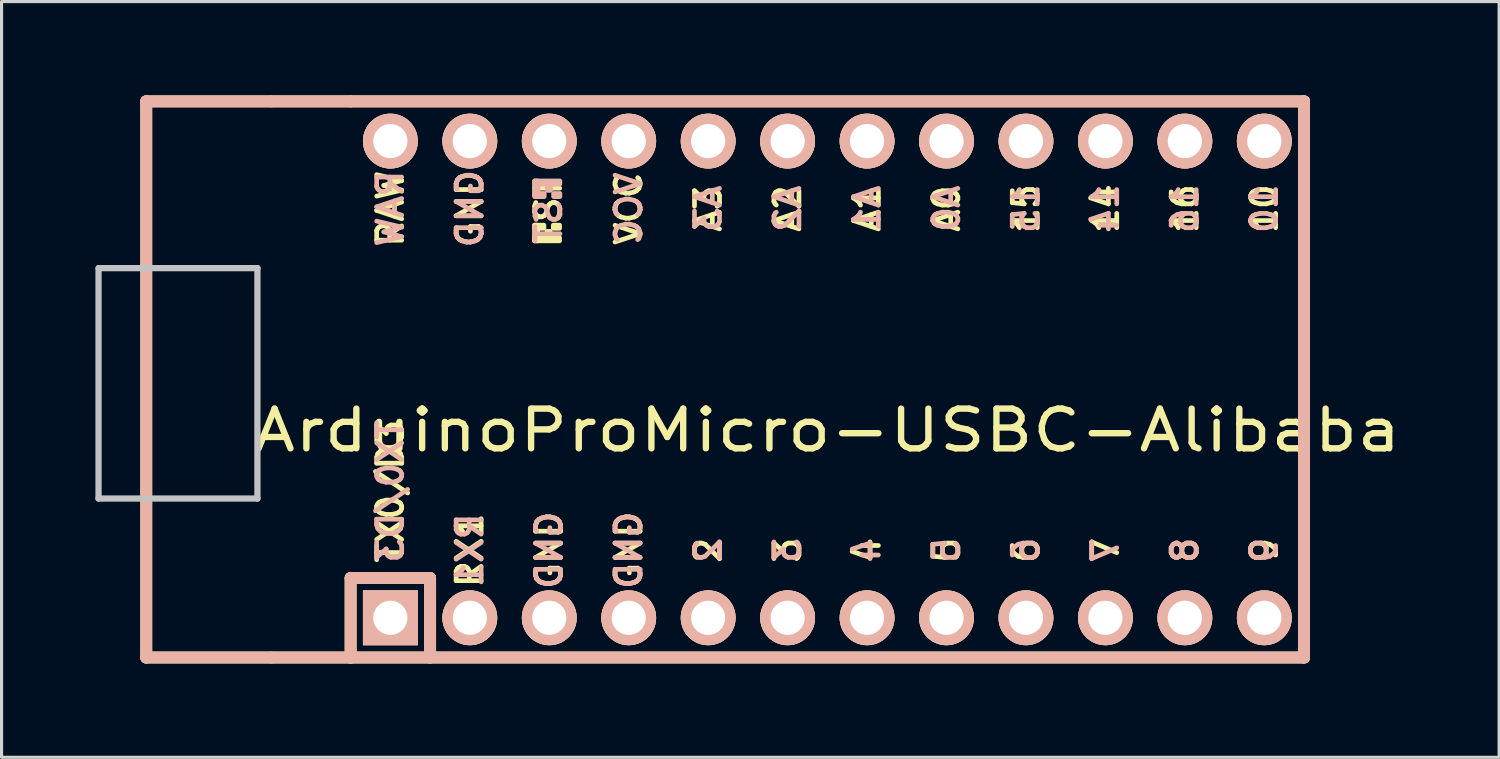
<source format=kicad_pcb>
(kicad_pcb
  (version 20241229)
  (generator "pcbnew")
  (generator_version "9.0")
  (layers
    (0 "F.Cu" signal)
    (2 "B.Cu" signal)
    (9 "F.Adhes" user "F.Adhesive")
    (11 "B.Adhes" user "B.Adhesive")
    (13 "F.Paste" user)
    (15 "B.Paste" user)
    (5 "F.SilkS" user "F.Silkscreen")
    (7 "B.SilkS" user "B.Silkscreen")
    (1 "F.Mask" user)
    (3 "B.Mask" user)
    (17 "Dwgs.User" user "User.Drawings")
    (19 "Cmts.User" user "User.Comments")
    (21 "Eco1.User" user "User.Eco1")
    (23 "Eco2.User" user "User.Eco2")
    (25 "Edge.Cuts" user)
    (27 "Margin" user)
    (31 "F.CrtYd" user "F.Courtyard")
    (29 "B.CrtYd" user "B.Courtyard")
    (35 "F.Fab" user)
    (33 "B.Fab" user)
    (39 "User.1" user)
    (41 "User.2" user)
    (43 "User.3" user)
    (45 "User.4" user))
  (footprint "ArduinoProMicro-USBC-Alibaba"
    (layer "F.Cu")
    (at 23.4 9.081)
    (property "Reference" "ArduinoProMicro-USBC-Alibaba" (at 0 1.625 0) (layer "F.SilkS") (effects (font (size 1.27 1.524) (thickness 0.203))))
    (attr through_hole)
    (fp_line (start -21.775 -8.89) (end -21.775 8.89) (stroke (width 0.381) (type solid)) (layer "F.SilkS"))
    (fp_line (start -21.775 -8.89) (end -15.24 -8.89) (stroke (width 0.381) (type solid)) (layer "F.SilkS"))
    (fp_line (start -15.24 6.35) (end -15.24 8.89) (stroke (width 0.381) (type solid)) (layer "F.SilkS"))
    (fp_line (start -15.24 6.35) (end -12.7 6.35) (stroke (width 0.381) (type solid)) (layer "F.SilkS"))
    (fp_line (start -15.24 8.89) (end -21.775 8.89) (stroke (width 0.381) (type solid)) (layer "F.SilkS"))
    (fp_line (start -15.24 8.89) (end 15.24 8.89) (stroke (width 0.381) (type solid)) (layer "F.SilkS"))
    (fp_line (start -12.7 6.35) (end -12.7 8.89) (stroke (width 0.381) (type solid)) (layer "F.SilkS"))
    (fp_line (start 15.24 -8.89) (end -15.24 -8.89) (stroke (width 0.381) (type solid)) (layer "F.SilkS"))
    (fp_line (start 15.24 8.89) (end 15.24 -8.89) (stroke (width 0.381) (type solid)) (layer "F.SilkS"))
    (fp_poly (pts (xy -9.361 -4.932) (xy -9.261 -4.932) (xy -9.261 -4.432) (xy -9.361 -4.432)) (stroke (width 0.15) (type solid)) (fill yes) (layer "F.SilkS"))
    (fp_poly (pts (xy -9.361 -4.932) (xy -9.061 -4.932) (xy -9.061 -4.832) (xy -9.361 -4.832)) (stroke (width 0.15) (type solid)) (fill yes) (layer "F.SilkS"))
    (fp_poly (pts (xy -9.361 -4.532) (xy -8.561 -4.532) (xy -8.561 -4.432) (xy -9.361 -4.432)) (stroke (width 0.15) (type solid)) (fill yes) (layer "F.SilkS"))
    (fp_poly (pts (xy -8.961 -4.732) (xy -8.861 -4.732) (xy -8.861 -4.632) (xy -8.961 -4.632)) (stroke (width 0.15) (type solid)) (fill yes) (layer "F.SilkS"))
    (fp_poly (pts (xy -8.761 -4.932) (xy -8.561 -4.932) (xy -8.561 -4.832) (xy -8.761 -4.832)) (stroke (width 0.15) (type solid)) (fill yes) (layer "F.SilkS"))
    (fp_line (start -21.775 -8.89) (end -21.775 8.89) (stroke (width 0.381) (type solid)) (layer "B.SilkS"))
    (fp_line (start -21.775 -8.89) (end -17.78 -8.89) (stroke (width 0.381) (type solid)) (layer "B.SilkS"))
    (fp_line (start -21.775 8.89) (end -17.78 8.89) (stroke (width 0.381) (type solid)) (layer "B.SilkS"))
    (fp_line (start -17.78 8.89) (end 15.24 8.89) (stroke (width 0.381) (type solid)) (layer "B.SilkS"))
    (fp_line (start -15.24 6.35) (end -15.24 8.89) (stroke (width 0.381) (type solid)) (layer "B.SilkS"))
    (fp_line (start -15.24 6.35) (end -12.7 6.35) (stroke (width 0.381) (type solid)) (layer "B.SilkS"))
    (fp_line (start -12.7 6.35) (end -12.7 8.89) (stroke (width 0.381) (type solid)) (layer "B.SilkS"))
    (fp_line (start 15.24 -8.89) (end -17.78 -8.89) (stroke (width 0.381) (type solid)) (layer "B.SilkS"))
    (fp_line (start 15.24 8.89) (end 15.24 -8.89) (stroke (width 0.381) (type solid)) (layer "B.SilkS"))
    (fp_poly (pts (xy -9.351 -6.245) (xy -8.551 -6.245) (xy -8.551 -6.345) (xy -9.351 -6.345)) (stroke (width 0.15) (type solid)) (fill yes) (layer "B.SilkS"))
    (fp_poly (pts (xy -9.351 -5.845) (xy -9.251 -5.845) (xy -9.251 -6.345) (xy -9.351 -6.345)) (stroke (width 0.15) (type solid)) (fill yes) (layer "B.SilkS"))
    (fp_poly (pts (xy -9.351 -5.845) (xy -9.051 -5.845) (xy -9.051 -5.945) (xy -9.351 -5.945)) (stroke (width 0.15) (type solid)) (fill yes) (layer "B.SilkS"))
    (fp_poly (pts (xy -8.951 -6.045) (xy -8.851 -6.045) (xy -8.851 -6.145) (xy -8.951 -6.145)) (stroke (width 0.15) (type solid)) (fill yes) (layer "B.SilkS"))
    (fp_poly (pts (xy -8.751 -5.845) (xy -8.551 -5.845) (xy -8.551 -5.945) (xy -8.751 -5.945)) (stroke (width 0.15) (type solid)) (fill yes) (layer "B.SilkS"))
    (fp_line (start -23.3 -3.558) (end -18.22 -3.558) (stroke (width 0.2) (type solid)) (layer "Dwgs.User"))
    (fp_line (start -23.3 3.808) (end -23.3 -3.558) (stroke (width 0.2) (type solid)) (layer "Dwgs.User"))
    (fp_line (start -18.22 -3.558) (end -18.22 3.808) (stroke (width 0.2) (type solid)) (layer "Dwgs.User"))
    (fp_line (start -18.22 3.808) (end -23.3 3.808) (stroke (width 0.2) (type solid)) (layer "Dwgs.User"))
    (fp_text user "ST" (at -8.92 -5.733 90) (layer "F.SilkS") (effects (font (size 0.8 0.8) (thickness 0.15))))
    (fp_text user "16" (at 11.43 -5.461 90) (layer "F.SilkS") (effects (font (size 0.8 0.8) (thickness 0.15))))
    (fp_text user "A2" (at -1.27 -5.461 90) (layer "F.SilkS") (effects (font (size 0.8 0.8) (thickness 0.15))))
    (fp_text user "7" (at 8.89 5.461 90) (layer "F.SilkS") (effects (font (size 0.8 0.8) (thickness 0.15))))
    (fp_text user "5" (at 3.81 5.461 90) (layer "F.SilkS") (effects (font (size 0.8 0.8) (thickness 0.15))))
    (fp_text user "GND" (at -11.43 -5.461 90) (layer "F.SilkS") (effects (font (size 0.8 0.8) (thickness 0.15))))
    (fp_text user "GND" (at -6.35 5.461 90) (layer "F.SilkS") (effects (font (size 0.8 0.8) (thickness 0.15))))
    (fp_text user "A1" (at 1.27 -5.461 90) (layer "F.SilkS") (effects (font (size 0.8 0.8) (thickness 0.15))))
    (fp_text user "2" (at -3.81 5.461 90) (layer "F.SilkS") (effects (font (size 0.8 0.8) (thickness 0.15))))
    (fp_text user "14" (at 8.89 -5.461 90) (layer "F.SilkS") (effects (font (size 0.8 0.8) (thickness 0.15))))
    (fp_text user "RAW" (at -13.97 -5.461 90) (layer "F.SilkS") (effects (font (size 0.8 0.8) (thickness 0.15))))
    (fp_text user "8" (at 11.43 5.461 90) (layer "F.SilkS") (effects (font (size 0.8 0.8) (thickness 0.15))))
    (fp_text user "10" (at 13.97 -5.461 90) (layer "F.SilkS") (effects (font (size 0.8 0.8) (thickness 0.15))))
    (fp_text user "15" (at 6.35 -5.461 90) (layer "F.SilkS") (effects (font (size 0.8 0.8) (thickness 0.15))))
    (fp_text user "A0" (at 3.81 -5.461 90) (layer "F.SilkS") (effects (font (size 0.8 0.8) (thickness 0.15))))
    (fp_text user "3" (at -1.27 5.461 90) (layer "F.SilkS") (effects (font (size 0.8 0.8) (thickness 0.15))))
    (fp_text user "A3" (at -3.81 -5.461 90) (layer "F.SilkS") (effects (font (size 0.8 0.8) (thickness 0.15))))
    (fp_text user "4" (at 1.27 5.461 90) (layer "F.SilkS") (effects (font (size 0.8 0.8) (thickness 0.15))))
    (fp_text user "TX0/D3" (at -13.97 3.572 90) (layer "F.SilkS") (effects (font (size 0.8 0.8) (thickness 0.15))))
    (fp_text user "GND" (at -8.89 5.461 90) (layer "F.SilkS") (effects (font (size 0.8 0.8) (thickness 0.15))))
    (fp_text user "6" (at 6.35 5.461 90) (layer "F.SilkS") (effects (font (size 0.8 0.8) (thickness 0.15))))
    (fp_text user "VCC" (at -6.35 -5.461 90) (layer "F.SilkS") (effects (font (size 0.8 0.8) (thickness 0.15))))
    (fp_text user "RX1" (at -11.43 5.461 90) (layer "F.SilkS") (effects (font (size 0.8 0.8) (thickness 0.15))))
    (fp_text user "9" (at 13.97 5.461 90) (layer "F.SilkS") (effects (font (size 0.8 0.8) (thickness 0.15))))
    (fp_text user "7" (at 8.89 5.461 90) (layer "B.SilkS") (effects (font (size 0.8 0.8) (thickness 0.15)) (justify mirror)))
    (fp_text user "RAW" (at -13.97 -5.461 90) (layer "B.SilkS") (effects (font (size 0.8 0.8) (thickness 0.15)) (justify mirror)))
    (fp_text user "A1" (at 1.27 -5.461 90) (layer "B.SilkS") (effects (font (size 0.8 0.8) (thickness 0.15)) (justify mirror)))
    (fp_text user "15" (at 6.35 -5.461 90) (layer "B.SilkS") (effects (font (size 0.8 0.8) (thickness 0.15)) (justify mirror)))
    (fp_text user "A0" (at 3.81 -5.461 90) (layer "B.SilkS") (effects (font (size 0.8 0.8) (thickness 0.15)) (justify mirror)))
    (fp_text user "5" (at 3.81 5.461 90) (layer "B.SilkS") (effects (font (size 0.8 0.8) (thickness 0.15)) (justify mirror)))
    (fp_text user "A3" (at -3.81 -5.461 90) (layer "B.SilkS") (effects (font (size 0.8 0.8) (thickness 0.15)) (justify mirror)))
    (fp_text user "2" (at -3.81 5.461 90) (layer "B.SilkS") (effects (font (size 0.8 0.8) (thickness 0.15)) (justify mirror)))
    (fp_text user "TX0/D3" (at -13.97 3.572 90) (layer "B.SilkS") (effects (font (size 0.8 0.8) (thickness 0.15)) (justify mirror)))
    (fp_text user "RX1" (at -11.43 5.461 90) (layer "B.SilkS") (effects (font (size 0.8 0.8) (thickness 0.15)) (justify mirror)))
    (fp_text user "9" (at 13.97 5.461 90) (layer "B.SilkS") (effects (font (size 0.8 0.8) (thickness 0.15)) (justify mirror)))
    (fp_text user "ST" (at -8.91 -5.04 90) (layer "B.SilkS") (effects (font (size 0.8 0.8) (thickness 0.15)) (justify mirror)))
    (fp_text user "14" (at 8.89 -5.461 90) (layer "B.SilkS") (effects (font (size 0.8 0.8) (thickness 0.15)) (justify mirror)))
    (fp_text user "4" (at 1.27 5.461 90) (layer "B.SilkS") (effects (font (size 0.8 0.8) (thickness 0.15)) (justify mirror)))
    (fp_text user "8" (at 11.43 5.461 90) (layer "B.SilkS") (effects (font (size 0.8 0.8) (thickness 0.15)) (justify mirror)))
    (fp_text user "GND" (at -8.89 5.461 90) (layer "B.SilkS") (effects (font (size 0.8 0.8) (thickness 0.15)) (justify mirror)))
    (fp_text user "VCC" (at -6.35 -5.461 90) (layer "B.SilkS") (effects (font (size 0.8 0.8) (thickness 0.15)) (justify mirror)))
    (fp_text user "A2" (at -1.27 -5.461 90) (layer "B.SilkS") (effects (font (size 0.8 0.8) (thickness 0.15)) (justify mirror)))
    (fp_text user "16" (at 11.43 -5.461 90) (layer "B.SilkS") (effects (font (size 0.8 0.8) (thickness 0.15)) (justify mirror)))
    (fp_text user "10" (at 13.97 -5.461 90) (layer "B.SilkS") (effects (font (size 0.8 0.8) (thickness 0.15)) (justify mirror)))
    (fp_text user "GND" (at -11.43 -5.461 90) (layer "B.SilkS") (effects (font (size 0.8 0.8) (thickness 0.15)) (justify mirror)))
    (fp_text user "GND" (at -6.35 5.461 90) (layer "B.SilkS") (effects (font (size 0.8 0.8) (thickness 0.15)) (justify mirror)))
    (fp_text user "3" (at -1.27 5.461 90) (layer "B.SilkS") (effects (font (size 0.8 0.8) (thickness 0.15)) (justify mirror)))
    (fp_text user "6" (at 6.35 5.461 90) (layer "B.SilkS") (effects (font (size 0.8 0.8) (thickness 0.15)) (justify mirror)))
    (pad "1" thru_hole rect (at -13.97 7.62) (size 1.753 1.753) (drill 1.092) (layers "*.Cu" "*.SilkS" "*.Mask"))
    (pad "2" thru_hole circle (at -11.43 7.62) (size 1.753 1.753) (drill 1.092) (layers "*.Cu" "*.SilkS" "*.Mask"))
    (pad "3" thru_hole circle (at -8.89 7.62) (size 1.753 1.753) (drill 1.092) (layers "*.Cu" "*.SilkS" "*.Mask"))
    (pad "4" thru_hole circle (at -6.35 7.62) (size 1.753 1.753) (drill 1.092) (layers "*.Cu" "*.SilkS" "*.Mask"))
    (pad "5" thru_hole circle (at -3.81 7.62) (size 1.753 1.753) (drill 1.092) (layers "*.Cu" "*.SilkS" "*.Mask"))
    (pad "6" thru_hole circle (at -1.27 7.62) (size 1.753 1.753) (drill 1.092) (layers "*.Cu" "*.SilkS" "*.Mask"))
    (pad "7" thru_hole circle (at 1.27 7.62) (size 1.753 1.753) (drill 1.092) (layers "*.Cu" "*.SilkS" "*.Mask"))
    (pad "8" thru_hole circle (at 3.81 7.62) (size 1.753 1.753) (drill 1.092) (layers "*.Cu" "*.SilkS" "*.Mask"))
    (pad "9" thru_hole circle (at 6.35 7.62) (size 1.753 1.753) (drill 1.092) (layers "*.Cu" "*.SilkS" "*.Mask"))
    (pad "10" thru_hole circle (at 8.89 7.62) (size 1.753 1.753) (drill 1.092) (layers "*.Cu" "*.SilkS" "*.Mask"))
    (pad "11" thru_hole circle (at 11.43 7.62) (size 1.753 1.753) (drill 1.092) (layers "*.Cu" "*.SilkS" "*.Mask"))
    (pad "12" thru_hole circle (at 13.97 7.62) (size 1.753 1.753) (drill 1.092) (layers "*.Cu" "*.SilkS" "*.Mask"))
    (pad "13" thru_hole circle (at 13.97 -7.62) (size 1.753 1.753) (drill 1.092) (layers "*.Cu" "*.SilkS" "*.Mask"))
    (pad "14" thru_hole circle (at 11.43 -7.62) (size 1.753 1.753) (drill 1.092) (layers "*.Cu" "*.SilkS" "*.Mask"))
    (pad "15" thru_hole circle (at 8.89 -7.62) (size 1.753 1.753) (drill 1.092) (layers "*.Cu" "*.SilkS" "*.Mask"))
    (pad "16" thru_hole circle (at 6.35 -7.62) (size 1.753 1.753) (drill 1.092) (layers "*.Cu" "*.SilkS" "*.Mask"))
    (pad "17" thru_hole circle (at 3.81 -7.62) (size 1.753 1.753) (drill 1.092) (layers "*.Cu" "*.SilkS" "*.Mask"))
    (pad "18" thru_hole circle (at 1.27 -7.62) (size 1.753 1.753) (drill 1.092) (layers "*.Cu" "*.SilkS" "*.Mask"))
    (pad "19" thru_hole circle (at -1.27 -7.62) (size 1.753 1.753) (drill 1.092) (layers "*.Cu" "*.SilkS" "*.Mask"))
    (pad "20" thru_hole circle (at -3.81 -7.62) (size 1.753 1.753) (drill 1.092) (layers "*.Cu" "*.SilkS" "*.Mask"))
    (pad "21" thru_hole circle (at -6.35 -7.62) (size 1.753 1.753) (drill 1.092) (layers "*.Cu" "*.SilkS" "*.Mask"))
    (pad "22" thru_hole circle (at -8.89 -7.62) (size 1.753 1.753) (drill 1.092) (layers "*.Cu" "*.SilkS" "*.Mask"))
    (pad "23" thru_hole circle (at -11.43 -7.62) (size 1.753 1.753) (drill 1.092) (layers "*.Cu" "*.SilkS" "*.Mask"))
    (pad "24" thru_hole circle (at -13.97 -7.62) (size 1.753 1.753) (drill 1.092) (layers "*.Cu" "*.SilkS" "*.Mask")))
  (gr_rect
    (start -3 -3)
    (end 44.877 21.161)
    (stroke (width 0.1) (type default))
    (fill no)
    (layer "Edge.Cuts")))
</source>
